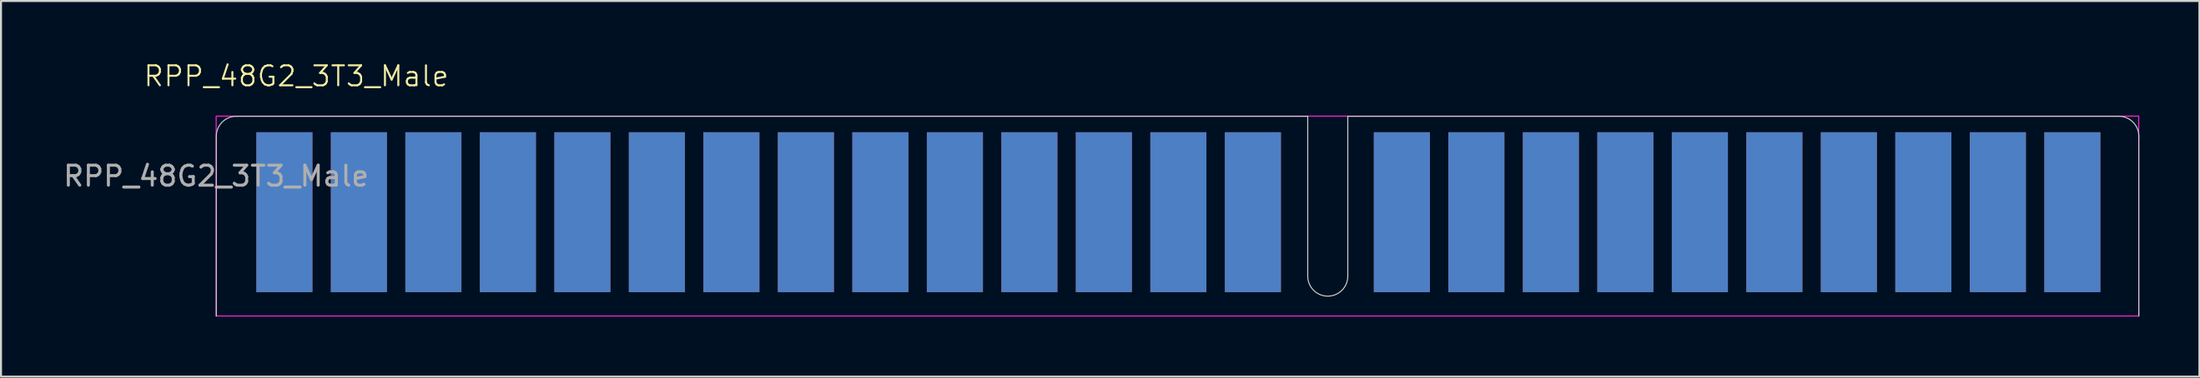
<source format=kicad_pcb>
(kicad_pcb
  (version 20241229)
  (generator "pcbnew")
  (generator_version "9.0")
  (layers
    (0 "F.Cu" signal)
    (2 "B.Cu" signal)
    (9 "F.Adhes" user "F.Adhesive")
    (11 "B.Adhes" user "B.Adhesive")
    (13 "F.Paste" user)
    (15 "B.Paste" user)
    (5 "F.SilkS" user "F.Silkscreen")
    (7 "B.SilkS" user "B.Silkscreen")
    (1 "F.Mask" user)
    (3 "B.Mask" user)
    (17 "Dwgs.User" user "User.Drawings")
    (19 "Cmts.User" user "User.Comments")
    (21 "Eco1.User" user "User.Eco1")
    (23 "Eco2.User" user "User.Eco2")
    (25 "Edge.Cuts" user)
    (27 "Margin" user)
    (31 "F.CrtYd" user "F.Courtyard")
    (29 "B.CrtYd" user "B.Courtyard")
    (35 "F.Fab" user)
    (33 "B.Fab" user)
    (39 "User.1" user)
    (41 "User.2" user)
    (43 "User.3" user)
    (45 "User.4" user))
  (footprint "RPP_48G2_3T3_Male"
    (layer "F.Cu")
    (at 7.744 2.76)
    (property "Reference" "RPP_48G2_3T3_Male" (at 4 -2 0) (unlocked yes) (layer "F.SilkS") (effects (font (size 1 1) (thickness 0.1))))
    (fp_line (start 0.007 1.007) (end 0.007 10.007) (stroke (width 0.05) (type default)) (layer "Edge.Cuts"))
    (fp_line (start 1.007 0.007) (end 54.507 0.007) (stroke (width 0.05) (type default)) (layer "Edge.Cuts"))
    (fp_line (start 54.507 8.007) (end 54.507 0.007) (stroke (width 0.05) (type default)) (layer "Edge.Cuts"))
    (fp_line (start 56.507 0.007) (end 56.507 8.007) (stroke (width 0.05) (type default)) (layer "Edge.Cuts"))
    (fp_line (start 56.507 0.007) (end 95.007 0.007) (stroke (width 0.05) (type default)) (layer "Edge.Cuts"))
    (fp_line (start 96.007 1.007) (end 96.007 10.007) (stroke (width 0.05) (type default)) (layer "Edge.Cuts"))
    (fp_arc (start 0.007107 1.007107) (mid 0.3 0.3) (end 1.007107 0.007107) (stroke (width 0.05) (type default)) (layer "Edge.Cuts"))
    (fp_arc (start 56.507107 8.007107) (mid 55.507107 9.007107) (end 54.507107 8.007107) (stroke (width 0.05) (type default)) (layer "Edge.Cuts"))
    (fp_arc (start 95.007107 0.007107) (mid 95.714214 0.3) (end 96.007107 1.007107) (stroke (width 0.05) (type default)) (layer "Edge.Cuts"))
    (fp_rect (start 0 0) (end 96 10) (stroke (width 0.05) (type default)) (fill no) (layer "F.CrtYd"))
    (fp_text user "${REFERENCE}" (at 0 3 0) (unlocked yes) (layer "F.Fab") (effects (font (size 1 1) (thickness 0.15))))
    (pad "1" connect rect (at 3.407 4.807) (size 2.8 8) (layers "F.Cu" "F.Mask"))
    (pad "2" connect rect (at 3.407 4.807) (size 2.8 8) (layers "B.Cu" "B.Mask"))
    (pad "3" connect rect (at 7.127 4.807) (size 2.8 8) (layers "F.Cu" "F.Mask"))
    (pad "4" connect rect (at 7.127 4.807) (size 2.8 8) (layers "B.Cu" "B.Mask"))
    (pad "5" connect rect (at 10.847 4.807) (size 2.8 8) (layers "F.Cu" "F.Mask"))
    (pad "6" connect rect (at 10.847 4.807) (size 2.8 8) (layers "B.Cu" "B.Mask"))
    (pad "7" connect rect (at 14.567 4.807) (size 2.8 8) (layers "F.Cu" "F.Mask"))
    (pad "8" connect rect (at 14.567 4.807) (size 2.8 8) (layers "B.Cu" "B.Mask"))
    (pad "9" connect rect (at 18.287 4.807) (size 2.8 8) (layers "F.Cu" "F.Mask"))
    (pad "10" connect rect (at 18.287 4.807) (size 2.8 8) (layers "B.Cu" "B.Mask"))
    (pad "11" connect rect (at 22.007 4.807) (size 2.8 8) (layers "F.Cu" "F.Mask"))
    (pad "12" connect rect (at 22.007 4.807) (size 2.8 8) (layers "B.Cu" "B.Mask"))
    (pad "13" connect rect (at 25.727 4.807) (size 2.8 8) (layers "F.Cu" "F.Mask"))
    (pad "14" connect rect (at 25.727 4.807) (size 2.8 8) (layers "B.Cu" "B.Mask"))
    (pad "15" connect rect (at 29.447 4.807) (size 2.8 8) (layers "F.Cu" "F.Mask"))
    (pad "16" connect rect (at 29.447 4.807) (size 2.8 8) (layers "B.Cu" "B.Mask"))
    (pad "17" connect rect (at 33.167 4.807) (size 2.8 8) (layers "F.Cu" "F.Mask"))
    (pad "18" connect rect (at 33.167 4.807) (size 2.8 8) (layers "B.Cu" "B.Mask"))
    (pad "19" connect rect (at 36.887 4.807) (size 2.8 8) (layers "F.Cu" "F.Mask"))
    (pad "20" connect rect (at 36.887 4.807) (size 2.8 8) (layers "B.Cu" "B.Mask"))
    (pad "21" connect rect (at 40.607 4.807) (size 2.8 8) (layers "F.Cu" "F.Mask"))
    (pad "22" connect rect (at 40.607 4.807) (size 2.8 8) (layers "B.Cu" "B.Mask"))
    (pad "23" connect rect (at 44.327 4.807) (size 2.8 8) (layers "F.Cu" "F.Mask"))
    (pad "24" connect rect (at 44.327 4.807) (size 2.8 8) (layers "B.Cu" "B.Mask"))
    (pad "25" connect rect (at 48.047 4.807) (size 2.8 8) (layers "F.Cu" "F.Mask"))
    (pad "26" connect rect (at 48.047 4.807) (size 2.8 8) (layers "B.Cu" "B.Mask"))
    (pad "27" connect rect (at 51.767 4.807) (size 2.8 8) (layers "F.Cu" "F.Mask"))
    (pad "28" connect rect (at 51.767 4.807) (size 2.8 8) (layers "B.Cu" "B.Mask"))
    (pad "29" connect rect (at 59.207 4.807) (size 2.8 8) (layers "F.Cu" "F.Mask"))
    (pad "30" connect rect (at 59.207 4.807) (size 2.8 8) (layers "B.Cu" "B.Mask"))
    (pad "31" connect rect (at 62.927 4.807) (size 2.8 8) (layers "F.Cu" "F.Mask"))
    (pad "32" connect rect (at 62.927 4.807) (size 2.8 8) (layers "B.Cu" "B.Mask"))
    (pad "33" connect rect (at 66.647 4.807) (size 2.8 8) (layers "F.Cu" "F.Mask"))
    (pad "34" connect rect (at 66.647 4.807) (size 2.8 8) (layers "B.Cu" "B.Mask"))
    (pad "35" connect rect (at 70.367 4.807) (size 2.8 8) (layers "F.Cu" "F.Mask"))
    (pad "36" connect rect (at 70.367 4.807) (size 2.8 8) (layers "B.Cu" "B.Mask"))
    (pad "37" connect rect (at 74.087 4.807) (size 2.8 8) (layers "F.Cu" "F.Mask"))
    (pad "38" connect rect (at 74.087 4.807) (size 2.8 8) (layers "B.Cu" "B.Mask"))
    (pad "39" connect rect (at 77.807 4.807) (size 2.8 8) (layers "F.Cu" "F.Mask"))
    (pad "40" connect rect (at 77.807 4.807) (size 2.8 8) (layers "B.Cu" "B.Mask"))
    (pad "41" connect rect (at 81.527 4.807) (size 2.8 8) (layers "F.Cu" "F.Mask"))
    (pad "42" connect rect (at 81.527 4.807) (size 2.8 8) (layers "B.Cu" "B.Mask"))
    (pad "43" connect rect (at 85.247 4.807) (size 2.8 8) (layers "F.Cu" "F.Mask"))
    (pad "44" connect rect (at 85.247 4.807) (size 2.8 8) (layers "B.Cu" "B.Mask"))
    (pad "45" connect rect (at 88.967 4.807) (size 2.8 8) (layers "F.Cu" "F.Mask"))
    (pad "46" connect rect (at 88.967 4.807) (size 2.8 8) (layers "B.Cu" "B.Mask"))
    (pad "47" connect rect (at 92.687 4.807) (size 2.8 8) (layers "F.Cu" "F.Mask"))
    (pad "48" connect rect (at 92.687 4.807) (size 2.8 8) (layers "B.Cu" "B.Mask")))
  (gr_rect
    (start -3 -3)
    (end 106.776 15.793)
    (stroke (width 0.1) (type default))
    (fill no)
    (layer "Edge.Cuts")))
</source>
